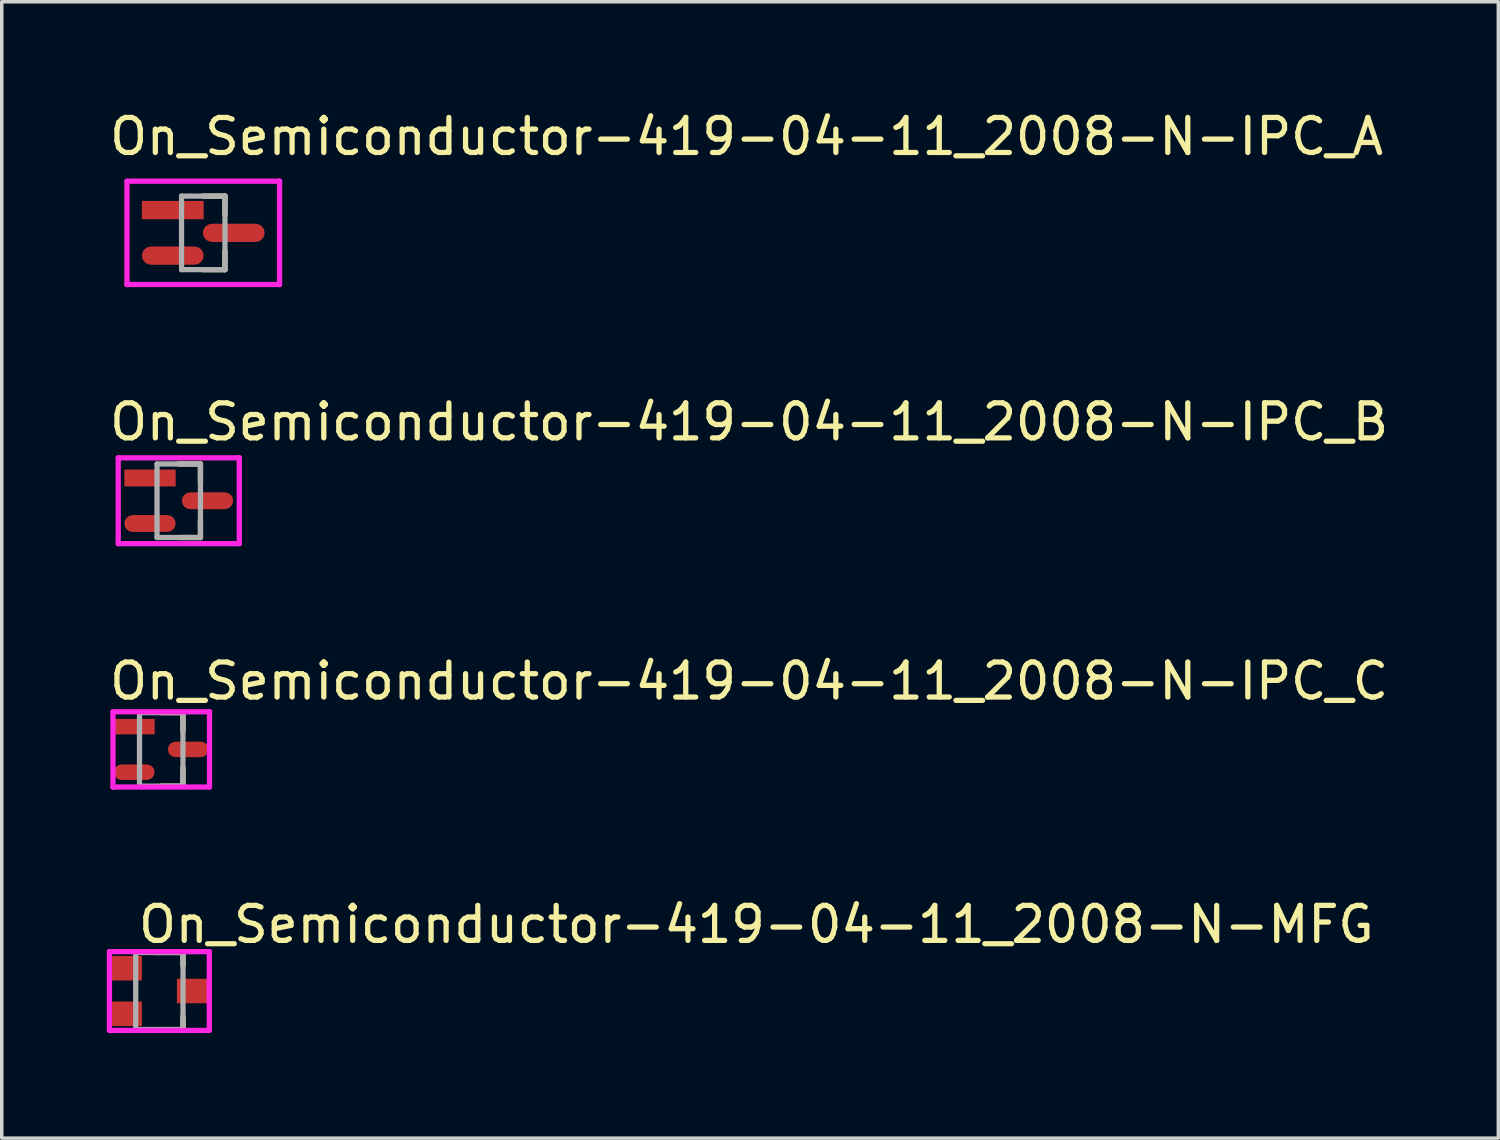
<source format=kicad_pcb>
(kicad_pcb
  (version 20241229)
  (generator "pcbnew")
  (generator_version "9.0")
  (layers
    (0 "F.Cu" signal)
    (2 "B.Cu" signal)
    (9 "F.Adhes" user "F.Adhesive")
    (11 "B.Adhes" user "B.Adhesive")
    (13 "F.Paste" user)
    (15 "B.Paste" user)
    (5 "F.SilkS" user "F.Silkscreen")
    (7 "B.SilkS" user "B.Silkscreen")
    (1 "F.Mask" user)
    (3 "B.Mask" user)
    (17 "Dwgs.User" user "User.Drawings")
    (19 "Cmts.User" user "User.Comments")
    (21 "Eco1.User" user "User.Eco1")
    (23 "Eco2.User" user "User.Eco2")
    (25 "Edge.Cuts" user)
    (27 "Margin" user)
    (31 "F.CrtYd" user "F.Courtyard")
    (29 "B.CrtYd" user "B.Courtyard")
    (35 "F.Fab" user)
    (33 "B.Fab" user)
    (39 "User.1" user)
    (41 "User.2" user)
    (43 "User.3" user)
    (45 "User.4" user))
  (footprint "On_Semiconductor-419-04-11_2008-N-IPC_B"
    (layer "F.Cu")
    (at 2.053 11.246)
    (property "Reference" "On_Semiconductor-419-04-11_2008-N-IPC_B" (at -2.053 -2.25 0) (layer "F.SilkS") (effects (font (size 1 1) (thickness 0.15)) (justify left)))
    (attr through_hole)
    (fp_line (start 0 -1.05) (end 0.62 -1.05) (stroke (width 0.15) (type solid)) (layer "F.SilkS"))
    (fp_line (start 0 1.05) (end 0.62 1.05) (stroke (width 0.15) (type solid)) (layer "F.SilkS"))
    (fp_line (start 0.62 -1.05) (end 0.62 -0.525) (stroke (width 0.15) (type solid)) (layer "F.SilkS"))
    (fp_line (start 0.62 1.05) (end 0.62 0.525) (stroke (width 0.15) (type solid)) (layer "F.SilkS"))
    (fp_line (start -1.728 -1.225) (end -1.728 1.225) (stroke (width 0.15) (type solid)) (layer "F.CrtYd"))
    (fp_line (start -1.728 1.225) (end 1.728 1.225) (stroke (width 0.15) (type solid)) (layer "F.CrtYd"))
    (fp_line (start 1.728 -1.225) (end -1.728 -1.225) (stroke (width 0.15) (type solid)) (layer "F.CrtYd"))
    (fp_line (start 1.728 -1.225) (end 1.728 -1.225) (stroke (width 0.15) (type solid)) (layer "F.CrtYd"))
    (fp_line (start 1.728 1.225) (end 1.728 -1.225) (stroke (width 0.15) (type solid)) (layer "F.CrtYd"))
    (fp_line (start -0.62 -1.05) (end 0.62 -1.05) (stroke (width 0.15) (type solid)) (layer "F.Fab"))
    (fp_line (start -0.62 1.05) (end -0.62 -1.05) (stroke (width 0.15) (type solid)) (layer "F.Fab"))
    (fp_line (start 0.62 -1.05) (end 0.62 1.05) (stroke (width 0.15) (type solid)) (layer "F.Fab"))
    (fp_line (start 0.62 1.05) (end -0.62 1.05) (stroke (width 0.15) (type solid)) (layer "F.Fab"))
    (pad "1" smd rect (at -0.821 -0.65) (size 1.465 0.482) (layers "F.Cu" "F.Mask" "F.Paste"))
    (pad "2" smd roundrect (at -0.821 0.65) (size 1.465 0.482) (layers "F.Cu" "F.Mask" "F.Paste") (roundrect_rratio 0.5))
    (pad "3" smd roundrect (at 0.821 0) (size 1.465 0.482) (layers "F.Cu" "F.Mask" "F.Paste") (roundrect_rratio 0.5)))
  (footprint "On_Semiconductor-419-04-11_2008-N-IPC_C"
    (layer "F.Cu")
    (at 1.553 18.345)
    (property "Reference" "On_Semiconductor-419-04-11_2008-N-IPC_C" (at -1.553 -1.95 0) (layer "F.SilkS") (effects (font (size 1 1) (thickness 0.15)) (justify left)))
    (attr through_hole)
    (fp_line (start 0 -1.05) (end 0.62 -1.05) (stroke (width 0.15) (type solid)) (layer "F.SilkS"))
    (fp_line (start 0 1.05) (end 0.62 1.05) (stroke (width 0.15) (type solid)) (layer "F.SilkS"))
    (fp_line (start 0.62 -1.05) (end 0.62 -0.525) (stroke (width 0.15) (type solid)) (layer "F.SilkS"))
    (fp_line (start 0.62 1.05) (end 0.62 0.525) (stroke (width 0.15) (type solid)) (layer "F.SilkS"))
    (fp_line (start -1.378 -1.075) (end -1.378 1.075) (stroke (width 0.15) (type solid)) (layer "F.CrtYd"))
    (fp_line (start -1.378 1.075) (end 1.378 1.075) (stroke (width 0.15) (type solid)) (layer "F.CrtYd"))
    (fp_line (start 1.378 -1.075) (end -1.378 -1.075) (stroke (width 0.15) (type solid)) (layer "F.CrtYd"))
    (fp_line (start 1.378 -1.075) (end 1.378 -1.075) (stroke (width 0.15) (type solid)) (layer "F.CrtYd"))
    (fp_line (start 1.378 1.075) (end 1.378 -1.075) (stroke (width 0.15) (type solid)) (layer "F.CrtYd"))
    (fp_line (start -0.62 -1.05) (end 0.62 -1.05) (stroke (width 0.15) (type solid)) (layer "F.Fab"))
    (fp_line (start -0.62 1.05) (end -0.62 -1.05) (stroke (width 0.15) (type solid)) (layer "F.Fab"))
    (fp_line (start 0.62 -1.05) (end 0.62 1.05) (stroke (width 0.15) (type solid)) (layer "F.Fab"))
    (fp_line (start 0.62 1.05) (end -0.62 1.05) (stroke (width 0.15) (type solid)) (layer "F.Fab"))
    (pad "1" smd rect (at -0.771 -0.65) (size 1.165 0.442) (layers "F.Cu" "F.Mask" "F.Paste"))
    (pad "2" smd roundrect (at -0.771 0.65) (size 1.165 0.442) (layers "F.Cu" "F.Mask" "F.Paste") (roundrect_rratio 0.5))
    (pad "3" smd roundrect (at 0.771 0) (size 1.165 0.442) (layers "F.Cu" "F.Mask" "F.Paste") (roundrect_rratio 0.5)))
  (footprint "On_Semiconductor-419-04-11_2008-N-MFG"
    (layer "F.Cu")
    (at 1.5 25.243)
    (property "Reference" "On_Semiconductor-419-04-11_2008-N-MFG" (at -0.675 -1.9 0) (layer "F.SilkS") (effects (font (size 1 1) (thickness 0.15)) (justify left)))
    (attr through_hole)
    (fp_line (start -0.125 -1.1) (end 0.675 -1.1) (stroke (width 0.15) (type solid)) (layer "F.SilkS"))
    (fp_line (start -0.125 1.1) (end 0.675 1.1) (stroke (width 0.15) (type solid)) (layer "F.SilkS"))
    (fp_line (start 0.675 -0.725) (end 0.675 -1.1) (stroke (width 0.15) (type solid)) (layer "F.SilkS"))
    (fp_line (start 0.675 1.1) (end 0.675 0.725) (stroke (width 0.15) (type solid)) (layer "F.SilkS"))
    (fp_line (start -1.425 -1.125) (end -1.425 1.125) (stroke (width 0.15) (type solid)) (layer "F.CrtYd"))
    (fp_line (start -1.425 1.125) (end 1.425 1.125) (stroke (width 0.15) (type solid)) (layer "F.CrtYd"))
    (fp_line (start 1.425 -1.125) (end -1.425 -1.125) (stroke (width 0.15) (type solid)) (layer "F.CrtYd"))
    (fp_line (start 1.425 -1.125) (end 1.425 -1.125) (stroke (width 0.15) (type solid)) (layer "F.CrtYd"))
    (fp_line (start 1.425 1.125) (end 1.425 -1.125) (stroke (width 0.15) (type solid)) (layer "F.CrtYd"))
    (fp_line (start -0.675 -1.1) (end 0.675 -1.1) (stroke (width 0.15) (type solid)) (layer "F.Fab"))
    (fp_line (start -0.675 1.1) (end -0.675 -1.1) (stroke (width 0.15) (type solid)) (layer "F.Fab"))
    (fp_line (start 0.675 -1.1) (end 0.675 1.1) (stroke (width 0.15) (type solid)) (layer "F.Fab"))
    (fp_line (start 0.675 1.1) (end -0.675 1.1) (stroke (width 0.15) (type solid)) (layer "F.Fab"))
    (pad "1" smd rect (at -0.95 -0.65) (size 0.9 0.7) (layers "F.Cu" "F.Mask" "F.Paste"))
    (pad "2" smd rect (at -0.95 0.65) (size 0.9 0.7) (layers "F.Cu" "F.Mask" "F.Paste"))
    (pad "3" smd rect (at 0.95 0.000002) (size 0.9 0.7) (layers "F.Cu" "F.Mask" "F.Paste")))
  (footprint "On_Semiconductor-419-04-11_2008-N-IPC_A"
    (layer "F.Cu")
    (at 2.753 3.598)
    (property "Reference" "On_Semiconductor-419-04-11_2008-N-IPC_A" (at -2.753 -2.75 0) (layer "F.SilkS") (effects (font (size 1 1) (thickness 0.15)) (justify left)))
    (attr through_hole)
    (fp_line (start 0 -1.05) (end 0.62 -1.05) (stroke (width 0.15) (type solid)) (layer "F.SilkS"))
    (fp_line (start 0 1.05) (end 0.62 1.05) (stroke (width 0.15) (type solid)) (layer "F.SilkS"))
    (fp_line (start 0.62 -1.05) (end 0.62 -0.525) (stroke (width 0.15) (type solid)) (layer "F.SilkS"))
    (fp_line (start 0.62 1.05) (end 0.62 0.525) (stroke (width 0.15) (type solid)) (layer "F.SilkS"))
    (fp_line (start -2.178 -1.475) (end -2.178 1.475) (stroke (width 0.15) (type solid)) (layer "F.CrtYd"))
    (fp_line (start -2.178 1.475) (end 2.178 1.475) (stroke (width 0.15) (type solid)) (layer "F.CrtYd"))
    (fp_line (start 2.178 -1.475) (end -2.178 -1.475) (stroke (width 0.15) (type solid)) (layer "F.CrtYd"))
    (fp_line (start 2.178 -1.475) (end 2.178 -1.475) (stroke (width 0.15) (type solid)) (layer "F.CrtYd"))
    (fp_line (start 2.178 1.475) (end 2.178 -1.475) (stroke (width 0.15) (type solid)) (layer "F.CrtYd"))
    (fp_line (start -0.62 -1.05) (end 0.62 -1.05) (stroke (width 0.15) (type solid)) (layer "F.Fab"))
    (fp_line (start -0.62 1.05) (end -0.62 -1.05) (stroke (width 0.15) (type solid)) (layer "F.Fab"))
    (fp_line (start 0.62 -1.05) (end 0.62 1.05) (stroke (width 0.15) (type solid)) (layer "F.Fab"))
    (fp_line (start 0.62 1.05) (end -0.62 1.05) (stroke (width 0.15) (type solid)) (layer "F.Fab"))
    (pad "1" smd rect (at -0.871 -0.65) (size 1.765 0.522) (layers "F.Cu" "F.Mask" "F.Paste"))
    (pad "2" smd roundrect (at -0.871 0.65) (size 1.765 0.522) (layers "F.Cu" "F.Mask" "F.Paste") (roundrect_rratio 0.5))
    (pad "3" smd roundrect (at 0.871 0) (size 1.765 0.522) (layers "F.Cu" "F.Mask" "F.Paste") (roundrect_rratio 0.5)))
  (gr_rect
    (start -3 -3)
    (end 39.726 29.443)
    (stroke (width 0.1) (type default))
    (fill no)
    (layer "Edge.Cuts")))
</source>
